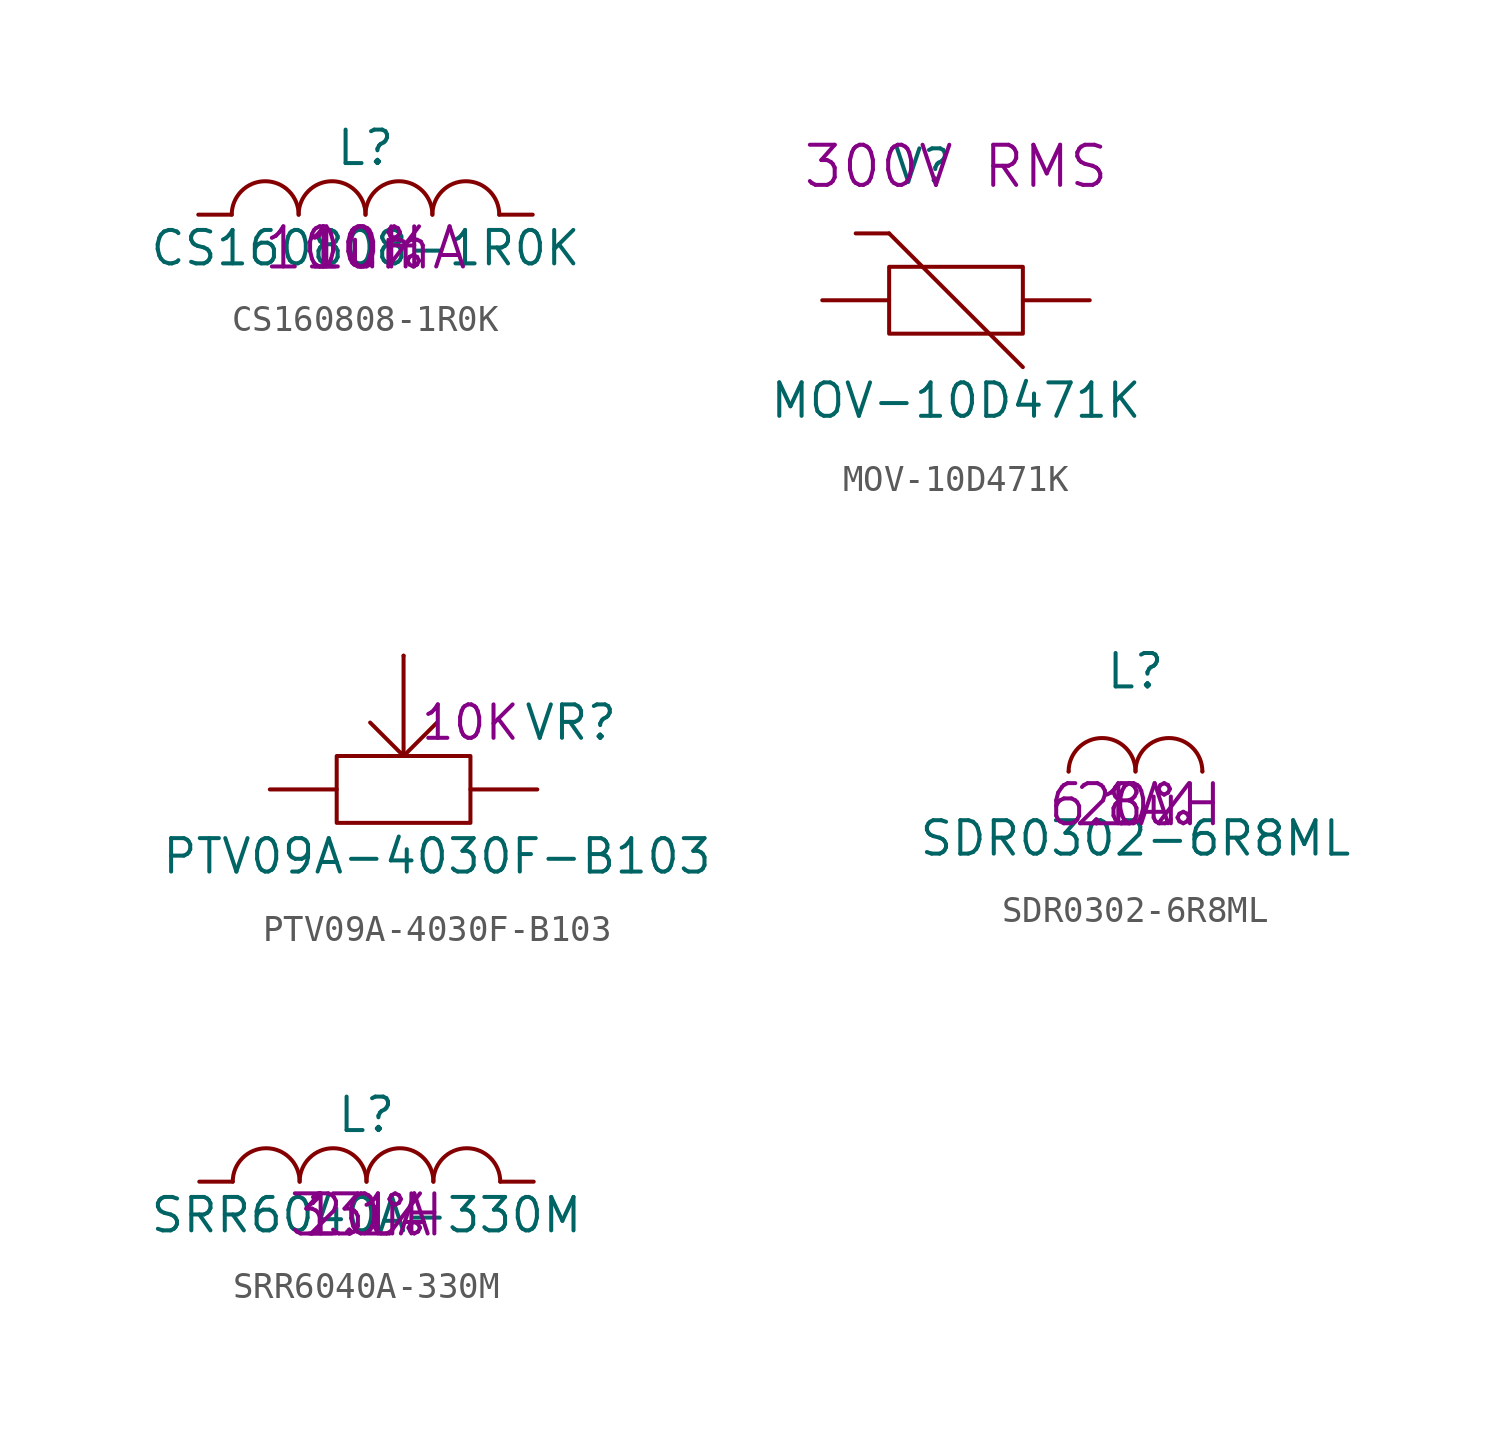
<source format=kicad_sym>
(kicad_symbol_lib
  (version 20220914)
  (generator kicad_symbol_editor)
  (symbol "CS160808-1R0K"
    (pin_numbers hide)
    (pin_names
      (offset 0) hide)
    (property "Reference" "L"
      (at 0 2.54 0)
      (effects (font (size 1.27 1.27))))
    (property "Value" "CS160808-1R0K"
      (at 0 -1.27 0)
      (effects (font (size 1.27 1.27))))
    (property "Value2" "1uH"
      (at 0 -1.27 0)
      (effects (font (size 1.524 1.524))))
    (property "Tolerance" "10%"
      (at 0 -1.27 0)
      (effects (font (size 1.524 1.524))))
    (property "IRMS" "100mA"
      (at 0 -1.27 0)
      (effects (font (size 1.524 1.524))))
    (symbol "CS160808-1R0K_0_1"
      (arc (start -2.54 0) (mid -3.81 1.2645) (end -5.08 0) (stroke (width 0) (type solid)) (fill (type none)))
      (arc (start 0 0) (mid -1.27 1.2645) (end -2.54 0) (stroke (width 0) (type solid)) (fill (type none)))
      (arc (start 2.54 0) (mid 1.27 1.2645) (end 0 0) (stroke (width 0) (type solid)) (fill (type none)))
      (arc (start 5.08 0) (mid 3.81 1.2645) (end 2.54 0) (stroke (width 0) (type solid)) (fill (type none))))
    (symbol "CS160808-1R0K_1_1"
      (pin passive line (at -6.35 0 0) (length 1.27) (name "1" (effects (font (size 0.762 0.762)))) (number "1" (effects (font (size 0.762 0.762)))))
      (pin passive line (at 6.35 0 180) (length 1.27) (name "2" (effects (font (size 0.762 0.762)))) (number "2" (effects (font (size 0.762 0.762)))))))
  (symbol "MOV-10D471K"
    (pin_numbers hide)
    (pin_names
      (offset 0) hide)
    (property "Reference" "V"
      (at -1.27 5.08 0)
      (effects (font (size 1.27 1.27))))
    (property "Value" "MOV-10D471K"
      (at 0 -3.81 0)
      (effects (font (size 1.27 1.27))))
    (property "Value2" "300V RMS"
      (at 0 5.08 0)
      (effects (font (size 1.524 1.524))))
    (symbol "MOV-10D471K_0_1"
      (rectangle (start -3.81 2.54) (end -2.54 2.54) (stroke (width 0) (type solid)) (fill (type none)))
      (rectangle (start -2.54 1.27) (end 2.54 -1.27) (stroke (width 0) (type solid)) (fill (type none)))
      (polyline (pts (xy -2.54 2.54) (xy 2.54 -2.54)) (stroke (width 0) (type solid)) (fill (type none))))
    (symbol "MOV-10D471K_1_1"
      (pin passive line (at -5.08 0 0) (length 2.54) (name "1" (effects (font (size 0.762 0.762)))) (number "1" (effects (font (size 0.762 0.762)))))
      (pin passive line (at 5.08 0 180) (length 2.54) (name "2" (effects (font (size 0.762 0.762)))) (number "2" (effects (font (size 0.762 0.762)))))))
  (symbol "PTV09A-4030F-B103"
    (pin_numbers hide)
    (pin_names
      (offset 0) hide)
    (property "Reference" "VR"
      (at 6.35 2.54 0)
      (effects (font (size 1.27 1.27))))
    (property "Value" "PTV09A-4030F-B103"
      (at 1.27 -2.54 0)
      (effects (font (size 1.27 1.27))))
    (property "Value2" "10K"
      (at 2.54 2.54 0)
      (effects (font (size 1.27 1.27))))
    (symbol "PTV09A-4030F-B103_0_1"
      (rectangle (start -2.54 1.27) (end 2.54 -1.27) (stroke (width 0) (type solid)) (fill (type none)))
      (polyline (pts (xy 1.27 2.54) (xy 0 1.27)) (stroke (width 0) (type solid)) (fill (type none)))
      (polyline (pts (xy 0 5.08) (xy 0 1.27) (xy -1.27 2.54)) (stroke (width 0) (type solid)) (fill (type none))))
    (symbol "PTV09A-4030F-B103_1_1"
      (pin passive line (at -5.08 0 0) (length 2.54) (name "1" (effects (font (size 0.762 0.762)))) (number "1" (effects (font (size 0.762 0.762)))))
      (pin passive line (at 0 5.08 0) (length 0) (name "1" (effects (font (size 0.762 0.762)))) (number "2" (effects (font (size 0.762 0.762)))))
      (pin passive line (at 5.08 0 180) (length 2.54) (name "3" (effects (font (size 0.762 0.762)))) (number "3" (effects (font (size 0.762 0.762)))))))
  (symbol "SDR0302-6R8ML"
    (pin_numbers hide)
    (pin_names
      (offset 0) hide)
    (property "Reference" "L"
      (at 0 3.81 0)
      (effects (font (size 1.27 1.27))))
    (property "Value" "SDR0302-6R8ML"
      (at 0 -2.54 0)
      (effects (font (size 1.27 1.27))))
    (property "Value2" "6.8uH"
      (at 0 -1.27 0)
      (effects (font (size 1.524 1.524))))
    (property "Tolerance" "20%"
      (at 0 -1.27 0)
      (effects (font (size 1.524 1.524))))
    (property "IRMS" "1A"
      (at 0 -1.27 0)
      (effects (font (size 1.524 1.524))))
    (symbol "SDR0302-6R8ML_0_1"
      (arc (start 0 0) (mid -1.27 1.2645) (end -2.54 0) (stroke (width 0) (type solid)) (fill (type none)))
      (arc (start 2.54 0) (mid 1.27 1.2645) (end 0 0) (stroke (width 0) (type solid)) (fill (type none))))
    (symbol "SDR0302-6R8ML_1_1"
      (pin passive line (at -2.54 0 0) (length 0) (name "1" (effects (font (size 0.762 0.762)))) (number "1" (effects (font (size 0.762 0.762)))))
      (pin passive line (at 2.54 0 180) (length 0) (name "2" (effects (font (size 0.762 0.762)))) (number "2" (effects (font (size 0.762 0.762)))))))
  (symbol "SRR6040A-330M"
    (pin_numbers hide)
    (pin_names
      (offset 0) hide)
    (property "Reference" "L"
      (at 0 2.54 0)
      (effects (font (size 1.27 1.27))))
    (property "Value" "SRR6040A-330M"
      (at 0 -1.27 0)
      (effects (font (size 1.27 1.27))))
    (property "Value2" "33uH"
      (at 0 -1.27 0)
      (effects (font (size 1.524 1.524))))
    (property "Tolerance" "20%"
      (at 0 -1.27 0)
      (effects (font (size 1.524 1.524))))
    (property "IRMS" "1.1A"
      (at 0 -1.27 0)
      (effects (font (size 1.524 1.524))))
    (symbol "SRR6040A-330M_0_1"
      (arc (start -2.54 0) (mid -3.81 1.2645) (end -5.08 0) (stroke (width 0) (type solid)) (fill (type none)))
      (arc (start 0 0) (mid -1.27 1.2645) (end -2.54 0) (stroke (width 0) (type solid)) (fill (type none)))
      (arc (start 2.54 0) (mid 1.27 1.2645) (end 0 0) (stroke (width 0) (type solid)) (fill (type none)))
      (arc (start 5.08 0) (mid 3.81 1.2645) (end 2.54 0) (stroke (width 0) (type solid)) (fill (type none))))
    (symbol "SRR6040A-330M_1_1"
      (pin passive line (at -6.35 0 0) (length 1.27) (name "1" (effects (font (size 0.762 0.762)))) (number "1" (effects (font (size 0.762 0.762)))))
      (pin passive line (at 6.35 0 180) (length 1.27) (name "2" (effects (font (size 0.762 0.762)))) (number "2" (effects (font (size 0.762 0.762))))))))
</source>
